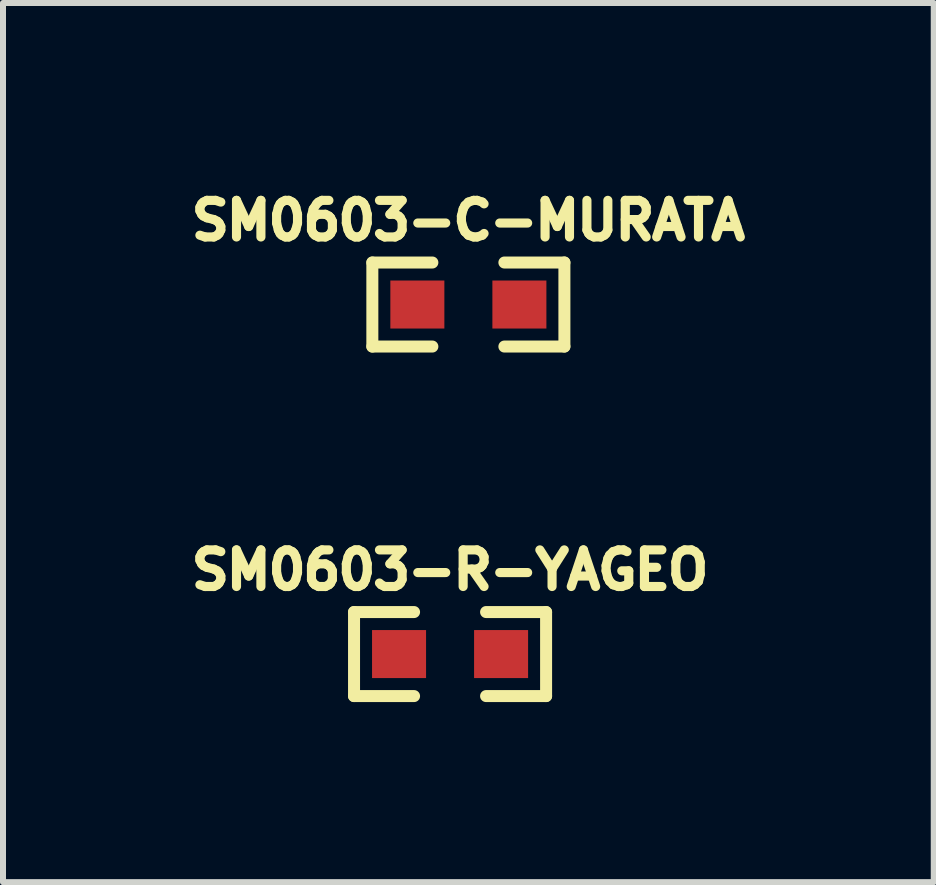
<source format=kicad_pcb>
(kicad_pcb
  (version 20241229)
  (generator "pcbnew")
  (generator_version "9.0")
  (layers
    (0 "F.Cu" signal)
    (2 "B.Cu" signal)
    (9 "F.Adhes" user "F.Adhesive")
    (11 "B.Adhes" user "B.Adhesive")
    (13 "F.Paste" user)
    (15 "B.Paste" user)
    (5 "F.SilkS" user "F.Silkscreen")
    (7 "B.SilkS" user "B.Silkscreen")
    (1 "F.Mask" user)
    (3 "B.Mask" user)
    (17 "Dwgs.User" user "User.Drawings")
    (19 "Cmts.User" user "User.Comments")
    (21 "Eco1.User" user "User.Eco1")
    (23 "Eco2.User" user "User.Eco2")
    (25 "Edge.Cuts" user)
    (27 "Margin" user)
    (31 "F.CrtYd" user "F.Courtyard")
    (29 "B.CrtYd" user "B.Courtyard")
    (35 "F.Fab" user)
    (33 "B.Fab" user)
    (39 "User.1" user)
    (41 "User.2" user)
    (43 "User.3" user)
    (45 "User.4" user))
  (footprint "SM0603-C-MURATA"
    (layer "F.Cu")
    (at 4.754 2.024)
    (property "Reference" "SM0603-C-MURATA" (at 0 -1.4 0) (layer "F.SilkS") (effects (font (size 0.61 0.61) (thickness 0.152))))
    (attr smd)
    (fp_line (start -1.6 -0.7) (end -1.6 0.7) (stroke (width 0.2) (type solid)) (layer "F.SilkS"))
    (fp_line (start -1.6 -0.7) (end -0.6 -0.7) (stroke (width 0.2) (type solid)) (layer "F.SilkS"))
    (fp_line (start -1.6 0.7) (end -0.6 0.7) (stroke (width 0.2) (type solid)) (layer "F.SilkS"))
    (fp_line (start 0.6 -0.7) (end 1.6 -0.7) (stroke (width 0.2) (type solid)) (layer "F.SilkS"))
    (fp_line (start 0.6 0.7) (end 1.6 0.7) (stroke (width 0.2) (type solid)) (layer "F.SilkS"))
    (fp_line (start 1.6 0.7) (end 1.6 -0.7) (stroke (width 0.2) (type solid)) (layer "F.SilkS"))
    (pad "1" smd rect (at -0.85 0) (size 0.9 0.8) (layers "F.Cu" "F.Mask" "F.Paste"))
    (pad "2" smd rect (at 0.85 0) (size 0.9 0.8) (layers "F.Cu" "F.Mask" "F.Paste")))
  (footprint "SM0603-R-YAGEO"
    (layer "F.Cu")
    (at 4.449 7.848)
    (property "Reference" "SM0603-R-YAGEO" (at 0 -1.4 0) (layer "F.SilkS") (effects (font (size 0.61 0.61) (thickness 0.152))))
    (attr smd)
    (fp_line (start -1.6 -0.7) (end -1.6 0.7) (stroke (width 0.2) (type solid)) (layer "F.SilkS"))
    (fp_line (start -1.6 -0.7) (end -0.6 -0.7) (stroke (width 0.2) (type solid)) (layer "F.SilkS"))
    (fp_line (start -1.6 0.7) (end -0.6 0.7) (stroke (width 0.2) (type solid)) (layer "F.SilkS"))
    (fp_line (start 0.6 -0.7) (end 1.6 -0.7) (stroke (width 0.2) (type solid)) (layer "F.SilkS"))
    (fp_line (start 0.6 0.7) (end 1.6 0.7) (stroke (width 0.2) (type solid)) (layer "F.SilkS"))
    (fp_line (start 1.6 0.7) (end 1.6 -0.7) (stroke (width 0.2) (type solid)) (layer "F.SilkS"))
    (pad "1" smd rect (at -0.85 0) (size 0.9 0.8) (layers "F.Cu" "F.Mask" "F.Paste"))
    (pad "2" smd rect (at 0.85 0) (size 0.9 0.8) (layers "F.Cu" "F.Mask" "F.Paste")))
  (gr_rect
    (start -3 -3)
    (end 12.508 11.648)
    (stroke (width 0.1) (type default))
    (fill no)
    (layer "Edge.Cuts")))
</source>
